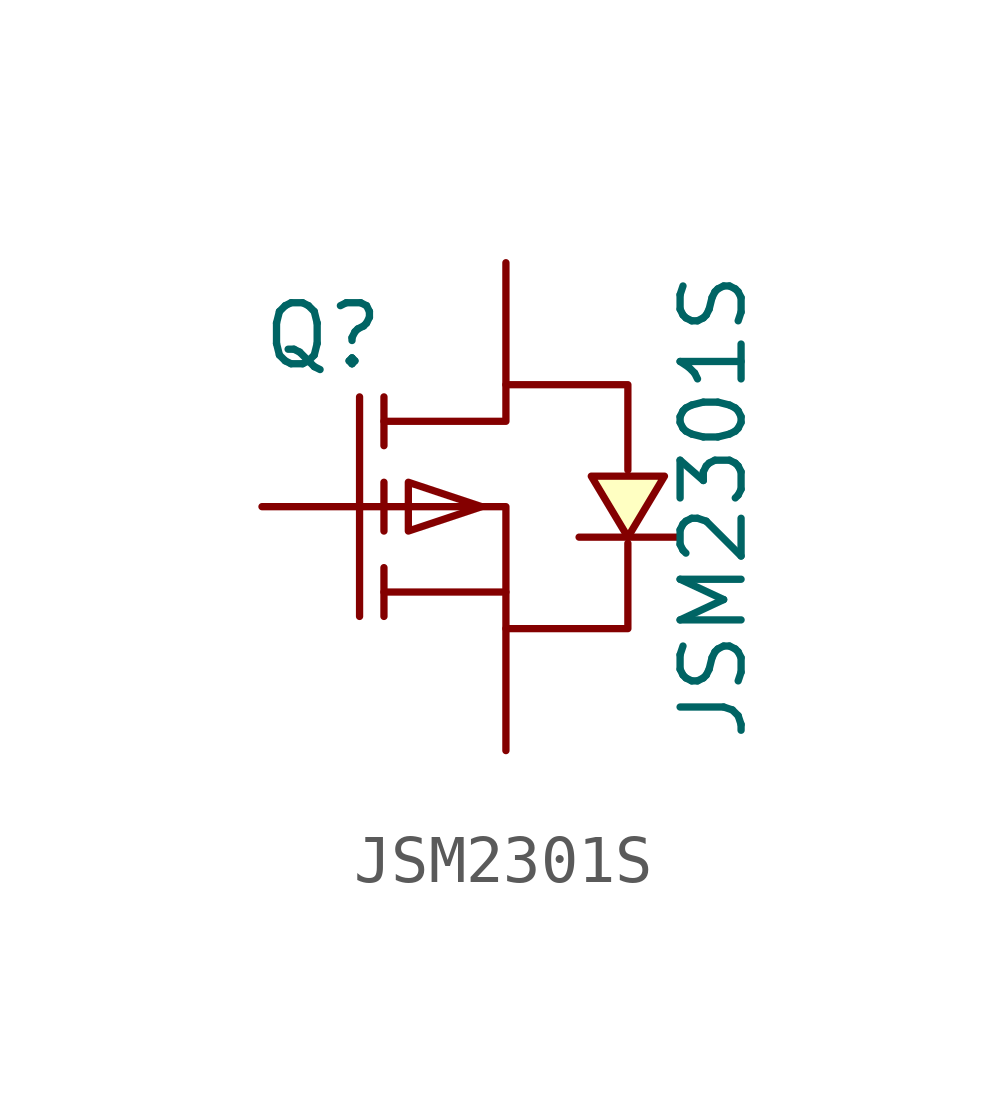
<source format=kicad_sym>
(kicad_symbol_lib
  (version 20231120)
  (generator "kicad_symbol_editor")
  (generator_version "8.0")
  (symbol "JSM2301S"
    (pin_numbers hide)
    (pin_names
      (offset 1.016) hide)
    (property "Reference" "Q"
      (at -3.81 3.556 0)
      (effects (font (size 1.27 1.27))))
    (property "Value" "JSM2301S"
      (at 4.318 0 90)
      (effects (font (size 1.27 1.27))))
    (symbol "JSM2301S_1_1"
      (polyline (pts (xy -3.048 2.286) (xy -3.048 -2.286)) (stroke (width 0.152) (type solid)) (fill (type none)))
      (polyline (pts (xy -2.54 -2.286) (xy -2.54 -1.27)) (stroke (width 0.152) (type solid)) (fill (type none)))
      (polyline (pts (xy -2.54 -0.508) (xy -2.54 0.508)) (stroke (width 0.152) (type solid)) (fill (type none)))
      (polyline (pts (xy -2.54 2.286) (xy -2.54 1.27)) (stroke (width 0.152) (type solid)) (fill (type none)))
      (polyline (pts (xy 0 -1.778) (xy -2.54 -1.778)) (stroke (width 0.152) (type solid)) (fill (type none)))
      (polyline (pts (xy -0.508 0) (xy -2.032 0.508) (xy -2.032 -0.508) (xy -0.508 0)) (stroke (width 0.152) (type solid)) (fill (type none)))
      (polyline (pts (xy 1.524 -0.635) (xy 2.032 -0.635) (xy 3.048 -0.635) (xy 3.556 -0.635)) (stroke (width 0.152) (type solid)) (fill (type none)))
      (polyline (pts (xy 2.54 -0.635) (xy 3.302 0.635) (xy 1.778 0.635) (xy 2.54 -0.635)) (stroke (width 0.152) (type solid)) (fill (type background)))
      (polyline (pts (xy -2.54 0) (xy 0 0) (xy 0 -2.54) (xy 2.54 -2.54) (xy 2.54 -0.762)) (stroke (width 0.152) (type solid)) (fill (type none)))
      (polyline (pts (xy -2.54 1.778) (xy 0 1.778) (xy 0 2.54) (xy 2.54 2.54) (xy 2.54 0.762)) (stroke (width 0.152) (type solid)) (fill (type none)))
      (pin input line (at -5.08 0 0) (length 2.54) (name "G" (effects (font (size 1.27 1.27)))) (number "1" (effects (font (size 1.27 1.27)))))
      (pin input line (at 0 -5.08 90) (length 2.54) (name "S" (effects (font (size 1.27 1.27)))) (number "2" (effects (font (size 1.27 1.27)))))
      (pin input line (at 0 5.08 270) (length 2.54) (name "D" (effects (font (size 1.27 1.27)))) (number "3" (effects (font (size 1.27 1.27))))))))
</source>
